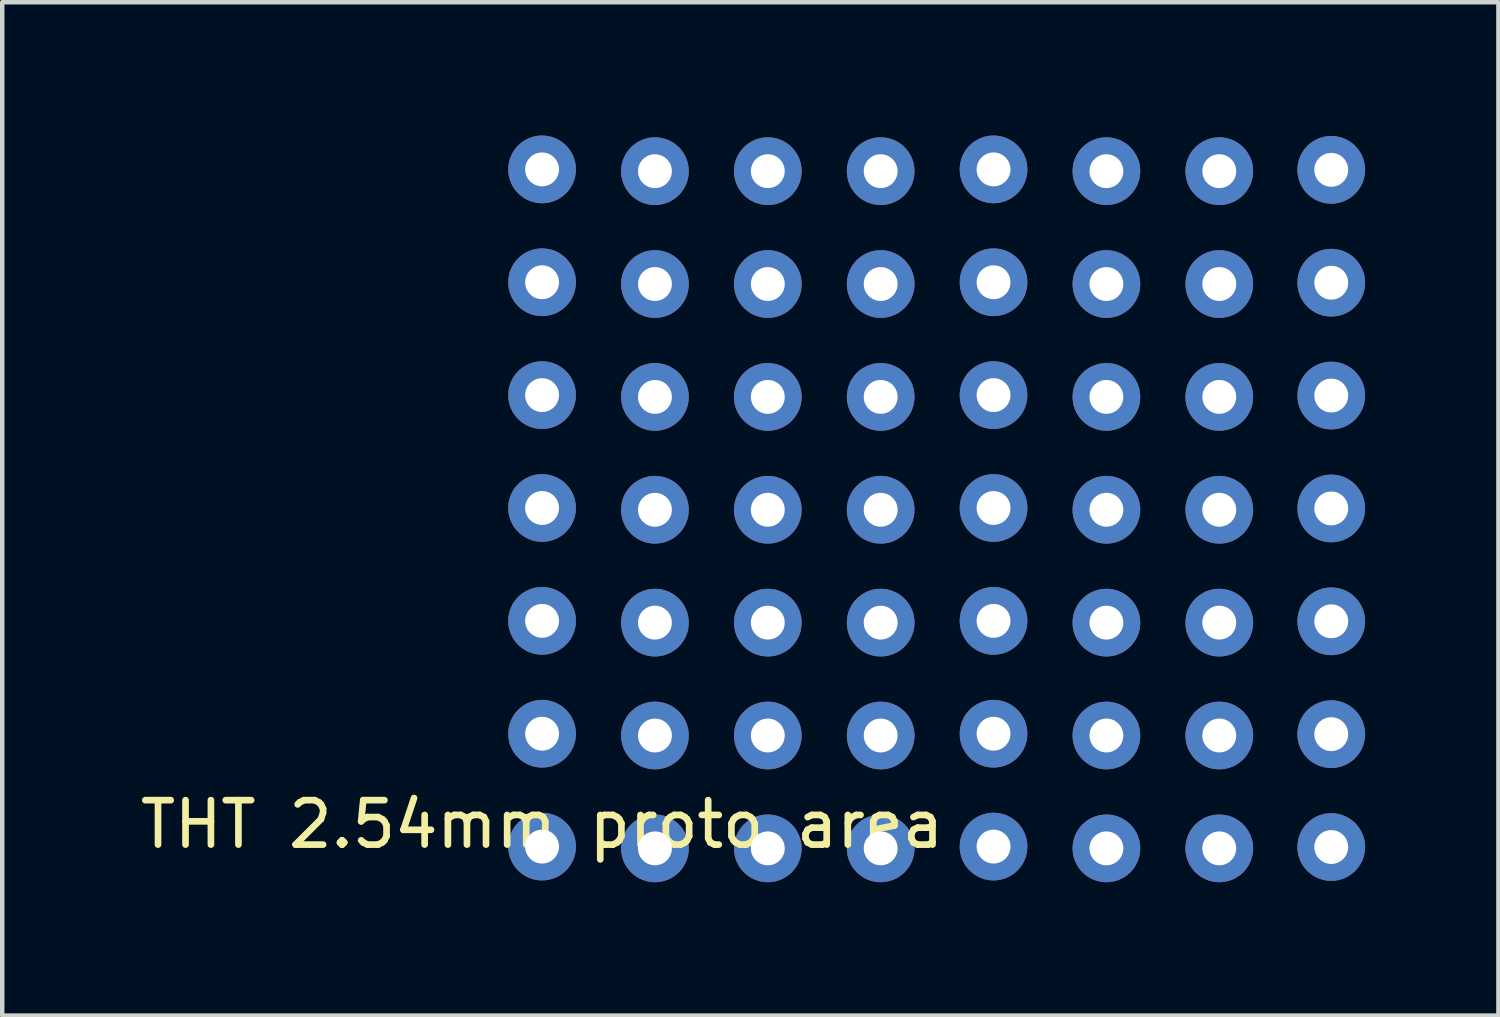
<source format=kicad_pcb>
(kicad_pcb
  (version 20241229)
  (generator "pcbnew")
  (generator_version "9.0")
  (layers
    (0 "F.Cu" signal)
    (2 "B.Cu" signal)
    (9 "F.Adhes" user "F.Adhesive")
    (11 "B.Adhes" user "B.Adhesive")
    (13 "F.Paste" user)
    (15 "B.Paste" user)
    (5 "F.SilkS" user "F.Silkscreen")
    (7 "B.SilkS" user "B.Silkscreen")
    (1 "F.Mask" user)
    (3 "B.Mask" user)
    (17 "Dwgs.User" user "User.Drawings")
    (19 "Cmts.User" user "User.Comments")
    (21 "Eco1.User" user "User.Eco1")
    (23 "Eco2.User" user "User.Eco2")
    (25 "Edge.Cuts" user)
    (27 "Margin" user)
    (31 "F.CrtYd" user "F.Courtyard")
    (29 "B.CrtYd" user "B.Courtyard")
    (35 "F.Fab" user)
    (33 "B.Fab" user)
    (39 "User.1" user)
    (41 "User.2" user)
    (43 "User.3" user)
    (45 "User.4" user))
  (footprint "THT 2.54mm proto area"
    (layer "F.Cu")
    (at 9.149 16.002)
    (property "Reference" "THT 2.54mm proto area" (at 0 -0.5 0) (unlocked yes) (layer "F.SilkS") (effects (font (size 1 1) (thickness 0.15))))
    (attr through_hole)
    (pad "1" thru_hole circle (at 0 0) (size 1.524 1.524) (drill 0.762) (layers "*.Cu" "*.Mask"))
    (pad "1" thru_hole circle (at 2.54 0.04) (size 1.524 1.524) (drill 0.762) (layers "*.Cu" "*.Mask"))
    (pad "1" thru_hole circle (at 5.08 0.04) (size 1.524 1.524) (drill 0.762) (layers "*.Cu" "*.Mask"))
    (pad "1" thru_hole circle (at 7.62 0.04) (size 1.524 1.524) (drill 0.762) (layers "*.Cu" "*.Mask"))
    (pad "1" thru_hole circle (at 10.16 0) (size 1.524 1.524) (drill 0.762) (layers "*.Cu" "*.Mask"))
    (pad "1" thru_hole circle (at 12.7 0.04) (size 1.524 1.524) (drill 0.762) (layers "*.Cu" "*.Mask"))
    (pad "1" thru_hole circle (at 15.24 0.04) (size 1.524 1.524) (drill 0.762) (layers "*.Cu" "*.Mask"))
    (pad "1" thru_hole circle (at 17.76 0.01) (size 1.524 1.524) (drill 0.762) (layers "*.Cu" "*.Mask"))
    (pad "2" thru_hole circle (at 0 -2.54) (size 1.524 1.524) (drill 0.762) (layers "*.Cu" "*.Mask"))
    (pad "2" thru_hole circle (at 2.54 -2.5) (size 1.524 1.524) (drill 0.762) (layers "*.Cu" "*.Mask"))
    (pad "2" thru_hole circle (at 5.08 -2.5) (size 1.524 1.524) (drill 0.762) (layers "*.Cu" "*.Mask"))
    (pad "2" thru_hole circle (at 7.62 -2.5) (size 1.524 1.524) (drill 0.762) (layers "*.Cu" "*.Mask"))
    (pad "2" thru_hole circle (at 10.16 -2.54) (size 1.524 1.524) (drill 0.762) (layers "*.Cu" "*.Mask"))
    (pad "2" thru_hole circle (at 12.7 -2.5) (size 1.524 1.524) (drill 0.762) (layers "*.Cu" "*.Mask"))
    (pad "2" thru_hole circle (at 15.24 -2.5) (size 1.524 1.524) (drill 0.762) (layers "*.Cu" "*.Mask"))
    (pad "2" thru_hole circle (at 17.76 -2.53) (size 1.524 1.524) (drill 0.762) (layers "*.Cu" "*.Mask"))
    (pad "3" thru_hole circle (at 0 -5.08) (size 1.524 1.524) (drill 0.762) (layers "*.Cu" "*.Mask"))
    (pad "3" thru_hole circle (at 2.54 -5.04) (size 1.524 1.524) (drill 0.762) (layers "*.Cu" "*.Mask"))
    (pad "3" thru_hole circle (at 5.08 -5.04) (size 1.524 1.524) (drill 0.762) (layers "*.Cu" "*.Mask"))
    (pad "3" thru_hole circle (at 7.62 -5.04) (size 1.524 1.524) (drill 0.762) (layers "*.Cu" "*.Mask"))
    (pad "3" thru_hole circle (at 10.16 -5.08) (size 1.524 1.524) (drill 0.762) (layers "*.Cu" "*.Mask"))
    (pad "3" thru_hole circle (at 12.7 -5.04) (size 1.524 1.524) (drill 0.762) (layers "*.Cu" "*.Mask"))
    (pad "3" thru_hole circle (at 15.24 -5.04) (size 1.524 1.524) (drill 0.762) (layers "*.Cu" "*.Mask"))
    (pad "3" thru_hole circle (at 17.76 -5.07) (size 1.524 1.524) (drill 0.762) (layers "*.Cu" "*.Mask"))
    (pad "4" thru_hole circle (at 0 -7.62) (size 1.524 1.524) (drill 0.762) (layers "*.Cu" "*.Mask"))
    (pad "4" thru_hole circle (at 2.54 -7.58) (size 1.524 1.524) (drill 0.762) (layers "*.Cu" "*.Mask"))
    (pad "4" thru_hole circle (at 5.08 -7.58) (size 1.524 1.524) (drill 0.762) (layers "*.Cu" "*.Mask"))
    (pad "4" thru_hole circle (at 7.62 -7.58) (size 1.524 1.524) (drill 0.762) (layers "*.Cu" "*.Mask"))
    (pad "4" thru_hole circle (at 10.16 -7.62) (size 1.524 1.524) (drill 0.762) (layers "*.Cu" "*.Mask"))
    (pad "4" thru_hole circle (at 12.7 -7.58) (size 1.524 1.524) (drill 0.762) (layers "*.Cu" "*.Mask"))
    (pad "4" thru_hole circle (at 15.24 -7.58) (size 1.524 1.524) (drill 0.762) (layers "*.Cu" "*.Mask"))
    (pad "4" thru_hole circle (at 17.76 -7.61) (size 1.524 1.524) (drill 0.762) (layers "*.Cu" "*.Mask"))
    (pad "5" thru_hole circle (at 0 -10.16) (size 1.524 1.524) (drill 0.762) (layers "*.Cu" "*.Mask"))
    (pad "5" thru_hole circle (at 2.54 -10.12) (size 1.524 1.524) (drill 0.762) (layers "*.Cu" "*.Mask"))
    (pad "5" thru_hole circle (at 5.08 -10.12) (size 1.524 1.524) (drill 0.762) (layers "*.Cu" "*.Mask"))
    (pad "5" thru_hole circle (at 7.62 -10.12) (size 1.524 1.524) (drill 0.762) (layers "*.Cu" "*.Mask"))
    (pad "5" thru_hole circle (at 10.16 -10.16) (size 1.524 1.524) (drill 0.762) (layers "*.Cu" "*.Mask"))
    (pad "5" thru_hole circle (at 12.7 -10.12) (size 1.524 1.524) (drill 0.762) (layers "*.Cu" "*.Mask"))
    (pad "5" thru_hole circle (at 15.24 -10.12) (size 1.524 1.524) (drill 0.762) (layers "*.Cu" "*.Mask"))
    (pad "5" thru_hole circle (at 17.76 -10.15) (size 1.524 1.524) (drill 0.762) (layers "*.Cu" "*.Mask"))
    (pad "6" thru_hole circle (at 0 -12.7) (size 1.524 1.524) (drill 0.762) (layers "*.Cu" "*.Mask"))
    (pad "6" thru_hole circle (at 2.54 -12.66) (size 1.524 1.524) (drill 0.762) (layers "*.Cu" "*.Mask"))
    (pad "6" thru_hole circle (at 5.08 -12.66) (size 1.524 1.524) (drill 0.762) (layers "*.Cu" "*.Mask"))
    (pad "6" thru_hole circle (at 7.62 -12.66) (size 1.524 1.524) (drill 0.762) (layers "*.Cu" "*.Mask"))
    (pad "6" thru_hole circle (at 10.16 -12.7) (size 1.524 1.524) (drill 0.762) (layers "*.Cu" "*.Mask"))
    (pad "6" thru_hole circle (at 12.7 -12.66) (size 1.524 1.524) (drill 0.762) (layers "*.Cu" "*.Mask"))
    (pad "6" thru_hole circle (at 15.24 -12.66) (size 1.524 1.524) (drill 0.762) (layers "*.Cu" "*.Mask"))
    (pad "6" thru_hole circle (at 17.76 -12.69) (size 1.524 1.524) (drill 0.762) (layers "*.Cu" "*.Mask"))
    (pad "7" thru_hole circle (at 0 -15.24) (size 1.524 1.524) (drill 0.762) (layers "*.Cu" "*.Mask"))
    (pad "7" thru_hole circle (at 2.54 -15.2) (size 1.524 1.524) (drill 0.762) (layers "*.Cu" "*.Mask"))
    (pad "7" thru_hole circle (at 5.08 -15.2) (size 1.524 1.524) (drill 0.762) (layers "*.Cu" "*.Mask"))
    (pad "7" thru_hole circle (at 7.62 -15.2) (size 1.524 1.524) (drill 0.762) (layers "*.Cu" "*.Mask"))
    (pad "7" thru_hole circle (at 10.16 -15.24) (size 1.524 1.524) (drill 0.762) (layers "*.Cu" "*.Mask"))
    (pad "7" thru_hole circle (at 12.7 -15.2) (size 1.524 1.524) (drill 0.762) (layers "*.Cu" "*.Mask"))
    (pad "7" thru_hole circle (at 15.24 -15.2) (size 1.524 1.524) (drill 0.762) (layers "*.Cu" "*.Mask"))
    (pad "7" thru_hole circle (at 17.76 -15.23) (size 1.524 1.524) (drill 0.762) (layers "*.Cu" "*.Mask")))
  (gr_rect
    (start -3 -3)
    (end 30.671 19.804)
    (stroke (width 0.1) (type default))
    (fill no)
    (layer "Edge.Cuts")))
</source>
